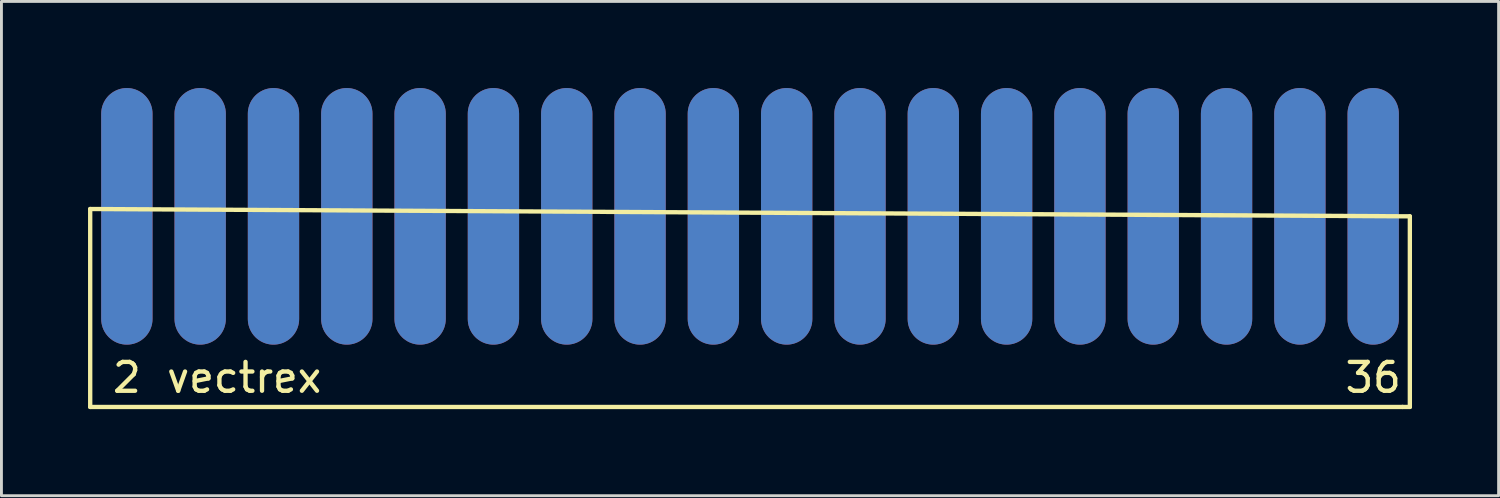
<source format=kicad_pcb>
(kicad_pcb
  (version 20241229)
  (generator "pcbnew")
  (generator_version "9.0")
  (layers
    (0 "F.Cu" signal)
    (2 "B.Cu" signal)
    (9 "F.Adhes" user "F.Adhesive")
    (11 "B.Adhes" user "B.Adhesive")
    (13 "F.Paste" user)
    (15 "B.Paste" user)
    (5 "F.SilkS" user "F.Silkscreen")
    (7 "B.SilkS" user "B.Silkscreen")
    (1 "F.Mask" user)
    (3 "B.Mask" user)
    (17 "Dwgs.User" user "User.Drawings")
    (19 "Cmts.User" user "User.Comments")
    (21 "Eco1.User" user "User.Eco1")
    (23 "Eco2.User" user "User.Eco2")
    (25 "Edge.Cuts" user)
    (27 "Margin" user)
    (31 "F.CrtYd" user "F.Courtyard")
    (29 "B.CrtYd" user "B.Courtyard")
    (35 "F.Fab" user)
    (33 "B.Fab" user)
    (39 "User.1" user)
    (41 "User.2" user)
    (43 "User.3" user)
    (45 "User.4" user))
  (footprint "vectrex"
    (layer "F.Cu")
    (at 1.345 4.445)
    (property "Reference" "vectrex" (at 4.064 5.588 0) (layer "F.SilkS") (effects (font (size 1 1) (thickness 0.15))))
    (attr through_hole)
    (fp_line (start -1.27 -0.254) (end -1.27 6.604) (stroke (width 0.15) (type solid)) (layer "F.SilkS"))
    (fp_line (start -1.27 6.604) (end 44.196 6.604) (stroke (width 0.15) (type solid)) (layer "F.SilkS"))
    (fp_line (start 44.196 6.604) (end 44.45 6.604) (stroke (width 0.15) (type solid)) (layer "F.SilkS"))
    (fp_line (start 44.45 0) (end -1.27 -0.254) (stroke (width 0.15) (type solid)) (layer "F.SilkS"))
    (fp_line (start 44.45 6.604) (end 44.45 0) (stroke (width 0.15) (type solid)) (layer "F.SilkS"))
    (fp_text user "2" (at 0 5.588 0) (layer "F.SilkS") (effects (font (size 1 1) (thickness 0.15))))
    (fp_text user "36" (at 43.18 5.588 0) (layer "F.SilkS") (effects (font (size 1 1) (thickness 0.15))))
    (pad "1" smd oval (at 0 0) (size 1.778 8.89) (layers "B.Cu" "B.Mask" "B.Paste"))
    (pad "2" smd oval (at 0 0) (size 1.778 8.89) (layers "F.Cu" "F.Mask" "F.Paste"))
    (pad "3" smd oval (at 2.54 0) (size 1.778 8.89) (layers "B.Cu" "B.Mask" "B.Paste"))
    (pad "4" smd oval (at 2.54 0) (size 1.778 8.89) (layers "F.Cu" "F.Mask" "F.Paste"))
    (pad "5" smd oval (at 5.08 0) (size 1.778 8.89) (layers "B.Cu" "B.Mask" "B.Paste"))
    (pad "6" smd oval (at 5.08 0) (size 1.778 8.89) (layers "F.Cu" "F.Mask" "F.Paste"))
    (pad "7" smd oval (at 7.62 0) (size 1.778 8.89) (layers "B.Cu" "B.Mask" "B.Paste"))
    (pad "8" smd oval (at 7.62 0) (size 1.778 8.89) (layers "F.Cu" "F.Mask" "F.Paste"))
    (pad "9" smd oval (at 10.16 0) (size 1.778 8.89) (layers "B.Cu" "B.Mask" "B.Paste"))
    (pad "10" smd oval (at 10.16 0) (size 1.778 8.89) (layers "F.Cu" "F.Mask" "F.Paste"))
    (pad "11" smd oval (at 12.7 0) (size 1.778 8.89) (layers "B.Cu" "B.Mask" "B.Paste"))
    (pad "12" smd oval (at 12.7 0) (size 1.778 8.89) (layers "F.Cu" "F.Mask" "F.Paste"))
    (pad "13" smd oval (at 15.24 0) (size 1.778 8.89) (layers "B.Cu" "B.Mask" "B.Paste"))
    (pad "14" smd oval (at 15.24 0) (size 1.778 8.89) (layers "F.Cu" "F.Mask" "F.Paste"))
    (pad "15" smd oval (at 17.78 0) (size 1.778 8.89) (layers "B.Cu" "B.Mask" "B.Paste"))
    (pad "16" smd oval (at 17.78 0) (size 1.778 8.89) (layers "F.Cu" "F.Mask" "F.Paste"))
    (pad "17" smd oval (at 20.32 0) (size 1.778 8.89) (layers "B.Cu" "B.Mask" "B.Paste"))
    (pad "18" smd oval (at 20.32 0) (size 1.778 8.89) (layers "F.Cu" "F.Mask" "F.Paste"))
    (pad "19" smd oval (at 22.86 0) (size 1.778 8.89) (layers "B.Cu" "B.Mask" "B.Paste"))
    (pad "20" smd oval (at 22.86 0) (size 1.778 8.89) (layers "F.Cu" "F.Mask" "F.Paste"))
    (pad "21" smd oval (at 25.4 0) (size 1.778 8.89) (layers "B.Cu" "B.Mask" "B.Paste"))
    (pad "22" smd oval (at 25.4 0) (size 1.778 8.89) (layers "F.Cu" "F.Mask" "F.Paste"))
    (pad "23" smd oval (at 27.94 0) (size 1.778 8.89) (layers "B.Cu" "B.Mask" "B.Paste"))
    (pad "24" smd oval (at 27.94 0) (size 1.778 8.89) (layers "F.Cu" "F.Mask" "F.Paste"))
    (pad "25" smd oval (at 30.48 0) (size 1.778 8.89) (layers "B.Cu" "B.Mask" "B.Paste"))
    (pad "26" smd oval (at 30.48 0) (size 1.778 8.89) (layers "F.Cu" "F.Mask" "F.Paste"))
    (pad "27" smd oval (at 33.02 0) (size 1.778 8.89) (layers "B.Cu" "B.Mask" "B.Paste"))
    (pad "28" smd oval (at 33.02 0) (size 1.778 8.89) (layers "F.Cu" "F.Mask" "F.Paste"))
    (pad "29" smd oval (at 35.56 0) (size 1.778 8.89) (layers "B.Cu" "B.Mask" "B.Paste"))
    (pad "30" smd oval (at 35.56 0) (size 1.778 8.89) (layers "F.Cu" "F.Mask" "F.Paste"))
    (pad "31" smd oval (at 38.1 0) (size 1.778 8.89) (layers "B.Cu" "B.Mask" "B.Paste"))
    (pad "32" smd oval (at 38.1 0) (size 1.778 8.89) (layers "F.Cu" "F.Mask" "F.Paste"))
    (pad "33" smd oval (at 40.64 0) (size 1.778 8.89) (layers "B.Cu" "B.Mask" "B.Paste"))
    (pad "34" smd oval (at 40.64 0) (size 1.778 8.89) (layers "F.Cu" "F.Mask" "F.Paste"))
    (pad "35" smd oval (at 43.18 0) (size 1.778 8.89) (layers "B.Cu" "B.Mask" "B.Paste"))
    (pad "36" smd oval (at 43.18 0) (size 1.778 8.89) (layers "F.Cu" "F.Mask" "F.Paste")))
  (gr_rect
    (start -3 -3)
    (end 48.87 14.124)
    (stroke (width 0.1) (type default))
    (fill no)
    (layer "Edge.Cuts")))
</source>
